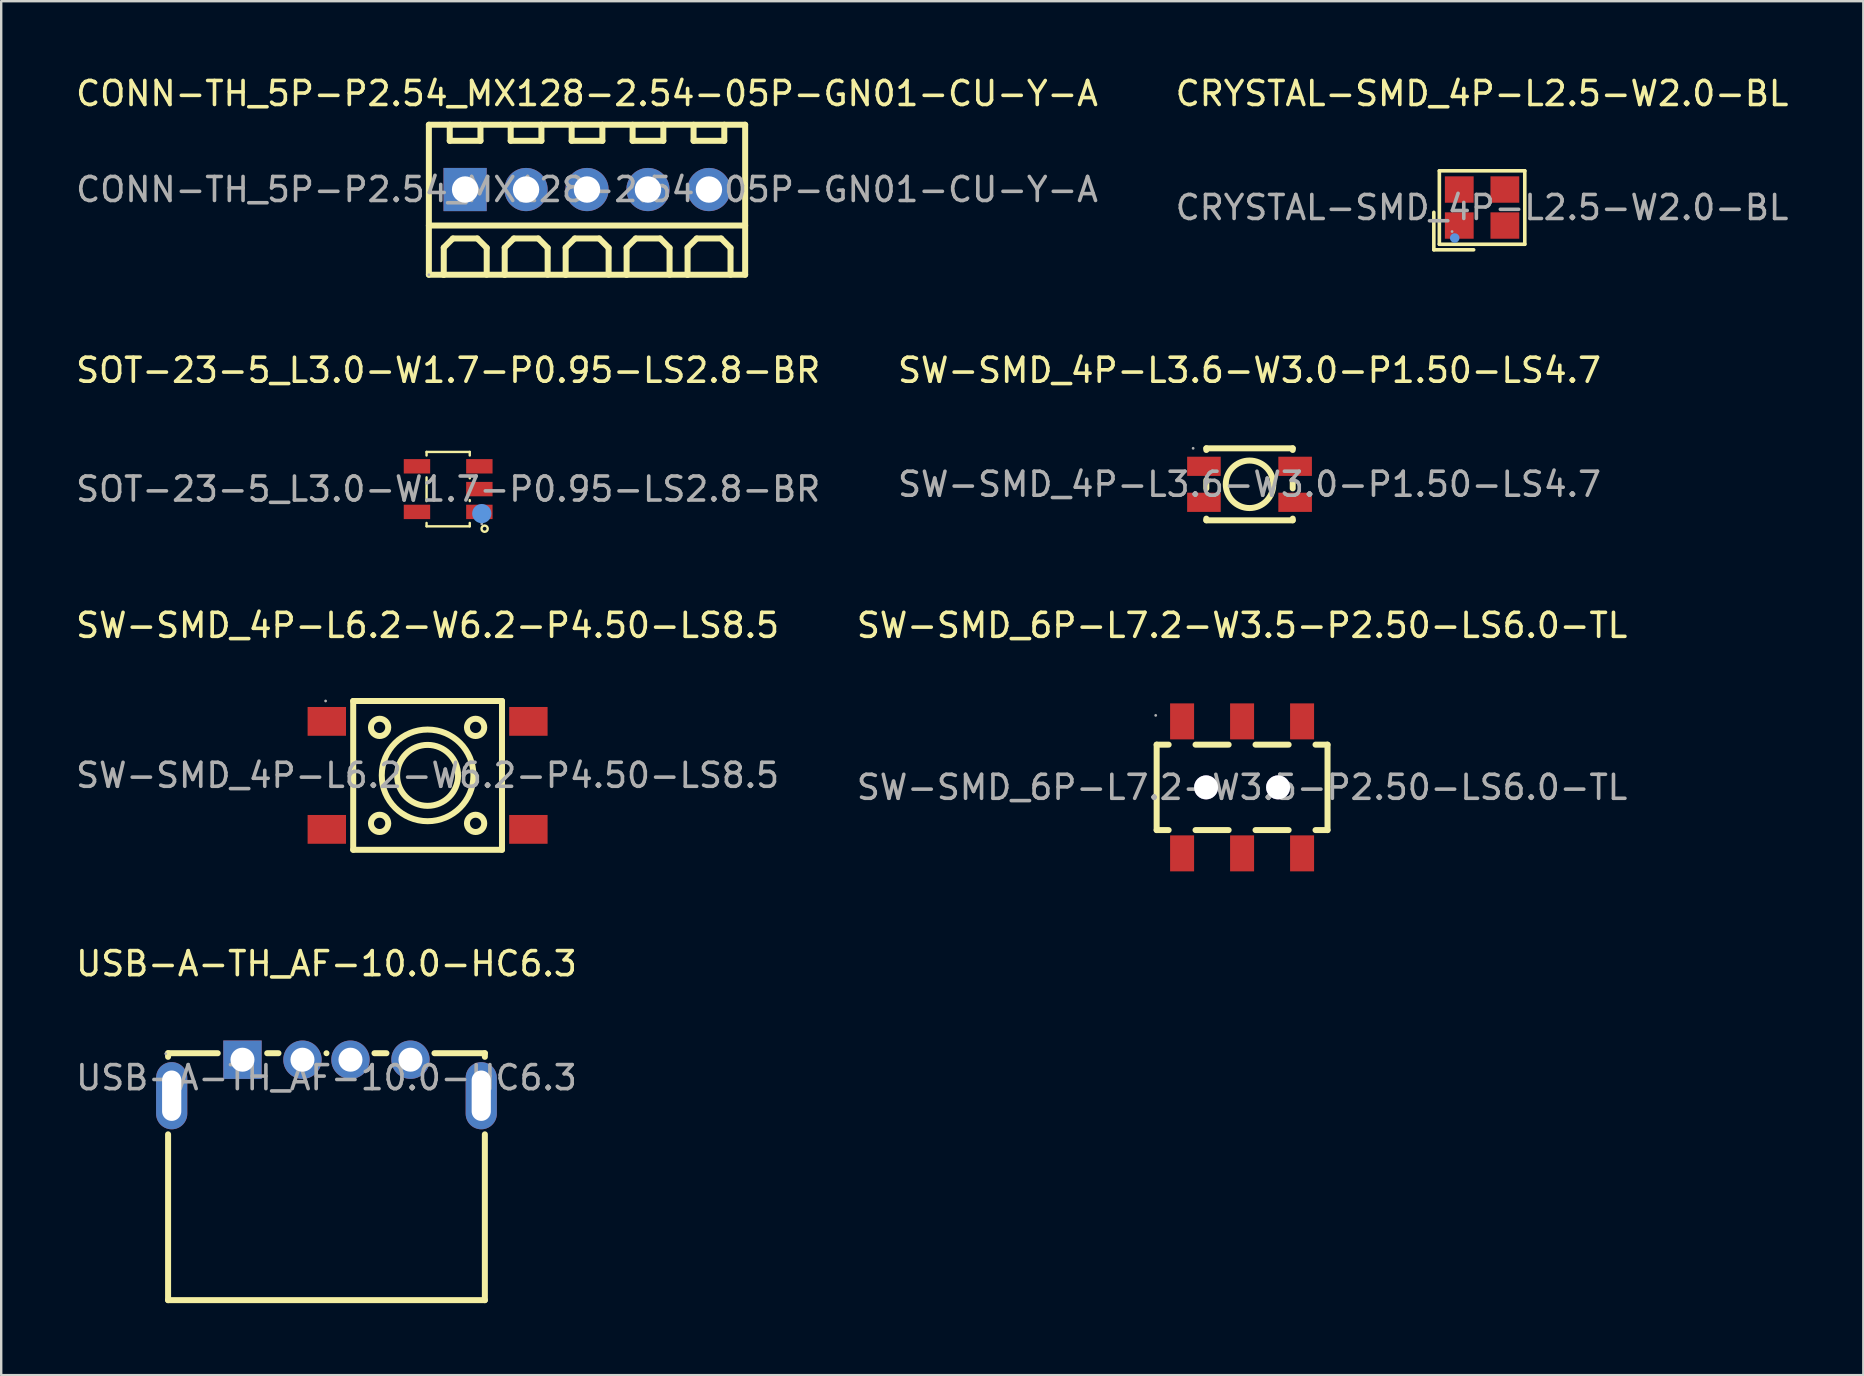
<source format=kicad_pcb>
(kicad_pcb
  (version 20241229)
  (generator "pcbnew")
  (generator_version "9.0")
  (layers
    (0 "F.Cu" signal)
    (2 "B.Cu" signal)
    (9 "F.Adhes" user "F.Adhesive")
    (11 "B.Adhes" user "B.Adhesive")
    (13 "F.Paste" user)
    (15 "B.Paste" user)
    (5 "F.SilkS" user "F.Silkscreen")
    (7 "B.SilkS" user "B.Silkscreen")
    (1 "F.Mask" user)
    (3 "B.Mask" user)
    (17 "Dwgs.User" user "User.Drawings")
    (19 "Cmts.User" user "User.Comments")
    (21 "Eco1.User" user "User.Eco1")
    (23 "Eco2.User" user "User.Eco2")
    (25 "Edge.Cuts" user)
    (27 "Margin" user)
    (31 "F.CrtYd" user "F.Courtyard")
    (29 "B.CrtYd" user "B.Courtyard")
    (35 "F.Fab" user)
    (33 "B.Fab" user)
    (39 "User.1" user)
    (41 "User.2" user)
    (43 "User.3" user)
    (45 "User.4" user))
  (footprint "USB-A-TH_AF-10.0-HC6.3"
    (layer "F.Cu")
    (at 10.554 41.858)
    (property "Reference" "USB-A-TH_AF-10.0-HC6.3" (at 0 -4.75 0) (layer "F.SilkS") (effects (font (size 1 1) (thickness 0.15))))
    (attr through_hole)
    (fp_line (start -6.6 -1.02) (end -4.53 -1.02) (stroke (width 0.25) (type solid)) (layer "F.SilkS"))
    (fp_line (start -6.6 -0.87) (end -6.6 -1.02) (stroke (width 0.25) (type solid)) (layer "F.SilkS"))
    (fp_line (start -6.6 9.27) (end -6.6 2.36) (stroke (width 0.25) (type solid)) (layer "F.SilkS"))
    (fp_line (start -2.47 -1.02) (end -2 -1.02) (stroke (width 0.25) (type solid)) (layer "F.SilkS"))
    (fp_line (start 0 -1.02) (end 0 -1.02) (stroke (width 0.25) (type solid)) (layer "F.SilkS"))
    (fp_line (start 2 -1.02) (end 2.5 -1.02) (stroke (width 0.25) (type solid)) (layer "F.SilkS"))
    (fp_line (start 4.5 -1.02) (end 6.6 -1.02) (stroke (width 0.25) (type solid)) (layer "F.SilkS"))
    (fp_line (start 6.6 -1.02) (end 6.6 -0.87) (stroke (width 0.25) (type solid)) (layer "F.SilkS"))
    (fp_line (start 6.6 2.36) (end 6.6 9.27) (stroke (width 0.25) (type solid)) (layer "F.SilkS"))
    (fp_line (start 6.6 9.27) (end -6.6 9.27) (stroke (width 0.25) (type solid)) (layer "F.SilkS"))
    (fp_circle (center -6.7 -1) (end -6.67 -1) (stroke (width 0.06) (type solid)) (fill no) (layer "F.Fab"))
    (fp_text user "${REFERENCE}" (at 0 0 0) (layer "F.Fab") (effects (font (size 1 1) (thickness 0.15))))
    (pad "1" thru_hole rect (at -3.5 -0.75 180) (size 1.6 1.6) (drill 1) (layers "*.Cu" "*.Mask"))
    (pad "2" thru_hole circle (at -1 -0.75 180) (size 1.6 1.6) (drill 1) (layers "*.Cu" "*.Mask"))
    (pad "3" thru_hole circle (at 1 -0.75 180) (size 1.6 1.6) (drill 1) (layers "*.Cu" "*.Mask"))
    (pad "4" thru_hole circle (at 3.5 -0.75 180) (size 1.6 1.6) (drill 1) (layers "*.Cu" "*.Mask"))
    (pad "5" thru_hole oval (at -6.45 0.75 180) (size 1.3 2.8) (drill oval 0.8 2.1) (layers "*.Cu" "*.Mask"))
    (pad "6" thru_hole oval (at 6.45 0.75 180) (size 1.3 2.8) (drill oval 0.8 2.1) (layers "*.Cu" "*.Mask")))
  (footprint "SW-SMD_4P-L3.6-W3.0-P1.50-LS4.7"
    (layer "F.Cu")
    (at 49.018 17.131)
    (property "Reference" "SW-SMD_4P-L3.6-W3.0-P1.50-LS4.7" (at 0 -4.75 0) (layer "F.SilkS") (effects (font (size 1 1) (thickness 0.15))))
    (attr smd)
    (fp_line (start -1.8 -1.5) (end -1.8 -1.43) (stroke (width 0.25) (type solid)) (layer "F.SilkS"))
    (fp_line (start -1.8 -1.5) (end 1.8 -1.5) (stroke (width 0.25) (type solid)) (layer "F.SilkS"))
    (fp_line (start -1.8 -0.17) (end -1.8 0.17) (stroke (width 0.25) (type solid)) (layer "F.SilkS"))
    (fp_line (start -1.8 1.43) (end -1.8 1.5) (stroke (width 0.25) (type solid)) (layer "F.SilkS"))
    (fp_line (start -1.8 1.5) (end 1.8 1.5) (stroke (width 0.25) (type solid)) (layer "F.SilkS"))
    (fp_line (start 1.8 -1.5) (end 1.8 -1.43) (stroke (width 0.25) (type solid)) (layer "F.SilkS"))
    (fp_line (start 1.8 -0.17) (end 1.8 0.17) (stroke (width 0.25) (type solid)) (layer "F.SilkS"))
    (fp_line (start 1.8 1.43) (end 1.8 1.5) (stroke (width 0.25) (type solid)) (layer "F.SilkS"))
    (fp_circle (center 0 0) (end 0.99 0) (stroke (width 0.25) (type solid)) (fill no) (layer "F.SilkS"))
    (fp_circle (center -2.35 -1.5) (end -2.32 -1.5) (stroke (width 0.06) (type solid)) (fill no) (layer "F.Fab"))
    (fp_text user "${REFERENCE}" (at 0 0 0) (layer "F.Fab") (effects (font (size 1 1) (thickness 0.15))))
    (pad "1" smd rect (at -1.9 -0.75 90) (size 0.8 1.4) (layers "F.Cu" "F.Mask" "F.Paste"))
    (pad "2" smd rect (at 1.9 -0.75 90) (size 0.8 1.4) (layers "F.Cu" "F.Mask" "F.Paste"))
    (pad "3" smd rect (at -1.9 0.75 270) (size 0.8 1.4) (layers "F.Cu" "F.Mask" "F.Paste"))
    (pad "4" smd rect (at 1.9 0.75 270) (size 0.8 1.4) (layers "F.Cu" "F.Mask" "F.Paste")))
  (footprint "CONN-TH_5P-P2.54_MX128-2.54-05P-GN01-CU-Y-A"
    (layer "F.Cu")
    (at 21.411 4.848)
    (property "Reference" "CONN-TH_5P-P2.54_MX128-2.54-05P-GN01-CU-Y-A" (at 0 -4 0) (layer "F.SilkS") (effects (font (size 1 1) (thickness 0.15))))
    (attr through_hole)
    (fp_line (start -6.59 -2.7) (end -6.59 3.55) (stroke (width 0.25) (type solid)) (layer "F.SilkS"))
    (fp_line (start -6.59 1.5) (end 6.59 1.5) (stroke (width 0.25) (type solid)) (layer "F.SilkS"))
    (fp_line (start -5.97 2.42) (end -5.59 2.04) (stroke (width 0.25) (type solid)) (layer "F.SilkS"))
    (fp_line (start -5.97 3.56) (end -5.97 2.42) (stroke (width 0.25) (type solid)) (layer "F.SilkS"))
    (fp_line (start -5.72 -2.7) (end -5.72 -2.03) (stroke (width 0.25) (type solid)) (layer "F.SilkS"))
    (fp_line (start -5.72 -2.03) (end -4.44 -2.03) (stroke (width 0.25) (type solid)) (layer "F.SilkS"))
    (fp_line (start -5.59 2.04) (end -4.57 2.04) (stroke (width 0.25) (type solid)) (layer "F.SilkS"))
    (fp_line (start -4.57 2.04) (end -4.18 2.43) (stroke (width 0.25) (type solid)) (layer "F.SilkS"))
    (fp_line (start -4.44 -2.03) (end -4.44 -2.7) (stroke (width 0.25) (type solid)) (layer "F.SilkS"))
    (fp_line (start -4.18 2.43) (end -4.18 3.55) (stroke (width 0.25) (type solid)) (layer "F.SilkS"))
    (fp_line (start -3.43 2.42) (end -3.05 2.04) (stroke (width 0.25) (type solid)) (layer "F.SilkS"))
    (fp_line (start -3.43 3.56) (end -3.43 2.42) (stroke (width 0.25) (type solid)) (layer "F.SilkS"))
    (fp_line (start -3.18 -2.7) (end -3.18 -2.03) (stroke (width 0.25) (type solid)) (layer "F.SilkS"))
    (fp_line (start -3.18 -2.03) (end -1.9 -2.03) (stroke (width 0.25) (type solid)) (layer "F.SilkS"))
    (fp_line (start -3.05 2.04) (end -2.03 2.04) (stroke (width 0.25) (type solid)) (layer "F.SilkS"))
    (fp_line (start -2.03 2.04) (end -1.64 2.43) (stroke (width 0.25) (type solid)) (layer "F.SilkS"))
    (fp_line (start -1.9 -2.03) (end -1.9 -2.7) (stroke (width 0.25) (type solid)) (layer "F.SilkS"))
    (fp_line (start -1.64 2.43) (end -1.64 3.55) (stroke (width 0.25) (type solid)) (layer "F.SilkS"))
    (fp_line (start -0.89 2.42) (end -0.51 2.04) (stroke (width 0.25) (type solid)) (layer "F.SilkS"))
    (fp_line (start -0.89 3.56) (end -0.89 2.42) (stroke (width 0.25) (type solid)) (layer "F.SilkS"))
    (fp_line (start -0.64 -2.7) (end -0.64 -2.03) (stroke (width 0.25) (type solid)) (layer "F.SilkS"))
    (fp_line (start -0.64 -2.03) (end 0.64 -2.03) (stroke (width 0.25) (type solid)) (layer "F.SilkS"))
    (fp_line (start -0.51 2.04) (end 0.51 2.04) (stroke (width 0.25) (type solid)) (layer "F.SilkS"))
    (fp_line (start 0.51 2.04) (end 0.9 2.43) (stroke (width 0.25) (type solid)) (layer "F.SilkS"))
    (fp_line (start 0.64 -2.03) (end 0.64 -2.7) (stroke (width 0.25) (type solid)) (layer "F.SilkS"))
    (fp_line (start 0.9 2.43) (end 0.9 3.55) (stroke (width 0.25) (type solid)) (layer "F.SilkS"))
    (fp_line (start 1.65 2.42) (end 2.03 2.04) (stroke (width 0.25) (type solid)) (layer "F.SilkS"))
    (fp_line (start 1.65 3.56) (end 1.65 2.42) (stroke (width 0.25) (type solid)) (layer "F.SilkS"))
    (fp_line (start 1.9 -2.7) (end 1.9 -2.03) (stroke (width 0.25) (type solid)) (layer "F.SilkS"))
    (fp_line (start 1.9 -2.03) (end 3.18 -2.03) (stroke (width 0.25) (type solid)) (layer "F.SilkS"))
    (fp_line (start 2.03 2.04) (end 3.05 2.04) (stroke (width 0.25) (type solid)) (layer "F.SilkS"))
    (fp_line (start 3.05 2.04) (end 3.44 2.43) (stroke (width 0.25) (type solid)) (layer "F.SilkS"))
    (fp_line (start 3.18 -2.03) (end 3.18 -2.7) (stroke (width 0.25) (type solid)) (layer "F.SilkS"))
    (fp_line (start 3.44 2.43) (end 3.44 3.55) (stroke (width 0.25) (type solid)) (layer "F.SilkS"))
    (fp_line (start 4.19 2.42) (end 4.57 2.04) (stroke (width 0.25) (type solid)) (layer "F.SilkS"))
    (fp_line (start 4.19 3.56) (end 4.19 2.42) (stroke (width 0.25) (type solid)) (layer "F.SilkS"))
    (fp_line (start 4.44 -2.7) (end 4.44 -2.03) (stroke (width 0.25) (type solid)) (layer "F.SilkS"))
    (fp_line (start 4.44 -2.03) (end 5.72 -2.03) (stroke (width 0.25) (type solid)) (layer "F.SilkS"))
    (fp_line (start 4.57 2.04) (end 5.59 2.04) (stroke (width 0.25) (type solid)) (layer "F.SilkS"))
    (fp_line (start 5.59 2.04) (end 5.98 2.43) (stroke (width 0.25) (type solid)) (layer "F.SilkS"))
    (fp_line (start 5.72 -2.03) (end 5.72 -2.7) (stroke (width 0.25) (type solid)) (layer "F.SilkS"))
    (fp_line (start 5.98 2.43) (end 5.98 3.55) (stroke (width 0.25) (type solid)) (layer "F.SilkS"))
    (fp_line (start 6.59 -2.7) (end -6.59 -2.7) (stroke (width 0.25) (type solid)) (layer "F.SilkS"))
    (fp_line (start 6.59 -2.7) (end 6.59 3.55) (stroke (width 0.25) (type solid)) (layer "F.SilkS"))
    (fp_line (start 6.59 3.55) (end -6.59 3.55) (stroke (width 0.25) (type solid)) (layer "F.SilkS"))
    (fp_circle (center -6.59 3.55) (end -6.56 3.55) (stroke (width 0.06) (type solid)) (fill no) (layer "F.Fab"))
    (fp_text user "${REFERENCE}" (at 0 0 0) (layer "F.Fab") (effects (font (size 1 1) (thickness 0.15))))
    (pad "1" thru_hole rect (at -5.08 0) (size 1.8 1.8) (drill 1.1) (layers "*.Cu" "*.Mask"))
    (pad "2" thru_hole circle (at -2.54 0) (size 1.8 1.8) (drill 1.1) (layers "*.Cu" "*.Mask"))
    (pad "3" thru_hole circle (at 0 0) (size 1.8 1.8) (drill 1.1) (layers "*.Cu" "*.Mask"))
    (pad "4" thru_hole circle (at 2.54 0) (size 1.8 1.8) (drill 1.1) (layers "*.Cu" "*.Mask"))
    (pad "5" thru_hole circle (at 5.08 0) (size 1.8 1.8) (drill 1.1) (layers "*.Cu" "*.Mask")))
  (footprint "SW-SMD_6P-L7.2-W3.5-P2.50-LS6.0-TL"
    (layer "F.Cu")
    (at 48.708 29.76)
    (property "Reference" "SW-SMD_6P-L7.2-W3.5-P2.50-LS6.0-TL" (at 0 -6.75 0) (layer "F.SilkS") (effects (font (size 1 1) (thickness 0.15))))
    (attr smd)
    (fp_line (start -3.56 -1.78) (end -3.56 1.78) (stroke (width 0.25) (type solid)) (layer "F.SilkS"))
    (fp_line (start -3.56 1.78) (end -3.06 1.78) (stroke (width 0.25) (type solid)) (layer "F.SilkS"))
    (fp_line (start -3.06 -1.78) (end -3.56 -1.78) (stroke (width 0.25) (type solid)) (layer "F.SilkS"))
    (fp_line (start -1.94 1.78) (end -0.56 1.78) (stroke (width 0.25) (type solid)) (layer "F.SilkS"))
    (fp_line (start -0.56 -1.78) (end -1.94 -1.78) (stroke (width 0.25) (type solid)) (layer "F.SilkS"))
    (fp_line (start 0.56 1.78) (end 1.94 1.78) (stroke (width 0.25) (type solid)) (layer "F.SilkS"))
    (fp_line (start 1.94 -1.78) (end 0.56 -1.78) (stroke (width 0.25) (type solid)) (layer "F.SilkS"))
    (fp_line (start 3.06 1.78) (end 3.56 1.78) (stroke (width 0.25) (type solid)) (layer "F.SilkS"))
    (fp_line (start 3.56 -1.78) (end 3.06 -1.78) (stroke (width 0.25) (type solid)) (layer "F.SilkS"))
    (fp_line (start 3.56 1.78) (end 3.56 -1.78) (stroke (width 0.25) (type solid)) (layer "F.SilkS"))
    (fp_circle (center -1.5 0) (end -1.3 0) (stroke (width 0.4) (type solid)) (fill no) (layer "Cmts.User"))
    (fp_circle (center 1.5 0) (end 1.7 0) (stroke (width 0.4) (type solid)) (fill no) (layer "Cmts.User"))
    (fp_circle (center -3.6 -3) (end -3.57 -3) (stroke (width 0.06) (type solid)) (fill no) (layer "F.Fab"))
    (fp_text user "${REFERENCE}" (at 0 0 0) (layer "F.Fab") (effects (font (size 1 1) (thickness 0.15))))
    (pad "" thru_hole circle (at -1.5 0) (size 1 1) (drill 1) (layers "*.Cu" "*.Mask"))
    (pad "" thru_hole circle (at 1.5 0) (size 1 1) (drill 1) (layers "*.Cu" "*.Mask"))
    (pad "1" smd rect (at -2.5 -2.75) (size 1 1.5) (layers "F.Cu" "F.Mask" "F.Paste"))
    (pad "2" smd rect (at 0 -2.75) (size 1 1.5) (layers "F.Cu" "F.Mask" "F.Paste"))
    (pad "3" smd rect (at 2.5 -2.75) (size 1 1.5) (layers "F.Cu" "F.Mask" "F.Paste"))
    (pad "4" smd rect (at -2.5 2.75) (size 1 1.5) (layers "F.Cu" "F.Mask" "F.Paste"))
    (pad "5" smd rect (at 0 2.75) (size 1 1.5) (layers "F.Cu" "F.Mask" "F.Paste"))
    (pad "6" smd rect (at 2.5 2.75) (size 1 1.5) (layers "F.Cu" "F.Mask" "F.Paste")))
  (footprint "SW-SMD_4P-L6.2-W6.2-P4.50-LS8.5"
    (layer "F.Cu")
    (at 14.768 29.26)
    (property "Reference" "SW-SMD_4P-L6.2-W6.2-P4.50-LS8.5" (at 0 -6.25 0) (layer "F.SilkS") (effects (font (size 1 1) (thickness 0.15))))
    (attr smd)
    (fp_line (start -3.1 -3.1) (end 3.1 -3.1) (stroke (width 0.25) (type solid)) (layer "F.SilkS"))
    (fp_line (start -3.1 3.1) (end -3.1 -3.1) (stroke (width 0.25) (type solid)) (layer "F.SilkS"))
    (fp_line (start 3.1 -3.1) (end 3.1 3.1) (stroke (width 0.25) (type solid)) (layer "F.SilkS"))
    (fp_line (start 3.1 3.1) (end -3.1 3.1) (stroke (width 0.25) (type solid)) (layer "F.SilkS"))
    (fp_circle (center -2 -2) (end -1.64 -2) (stroke (width 0.25) (type solid)) (fill no) (layer "F.SilkS"))
    (fp_circle (center -2 2) (end -1.64 2) (stroke (width 0.25) (type solid)) (fill no) (layer "F.SilkS"))
    (fp_circle (center 0 0) (end 1.27 0) (stroke (width 0.25) (type solid)) (fill no) (layer "F.SilkS"))
    (fp_circle (center 0 0) (end 1.91 0) (stroke (width 0.25) (type solid)) (fill no) (layer "F.SilkS"))
    (fp_circle (center 2 -2) (end 2.36 -2) (stroke (width 0.25) (type solid)) (fill no) (layer "F.SilkS"))
    (fp_circle (center 2 2) (end 2.36 2) (stroke (width 0.25) (type solid)) (fill no) (layer "F.SilkS"))
    (fp_circle (center -4.25 -3.1) (end -4.22 -3.1) (stroke (width 0.06) (type solid)) (fill no) (layer "F.Fab"))
    (fp_text user "${REFERENCE}" (at 0 0 0) (layer "F.Fab") (effects (font (size 1 1) (thickness 0.15))))
    (pad "1" smd rect (at -4.2 -2.25) (size 1.6 1.2) (layers "F.Cu" "F.Mask" "F.Paste"))
    (pad "2" smd rect (at 4.2 -2.25) (size 1.6 1.2) (layers "F.Cu" "F.Mask" "F.Paste"))
    (pad "3" smd rect (at -4.2 2.25) (size 1.6 1.2) (layers "F.Cu" "F.Mask" "F.Paste"))
    (pad "4" smd rect (at 4.2 2.25) (size 1.6 1.2) (layers "F.Cu" "F.Mask" "F.Paste")))
  (footprint "SOT-23-5_L3.0-W1.7-P0.95-LS2.8-BR"
    (layer "F.Cu")
    (at 15.625 17.331)
    (property "Reference" "SOT-23-5_L3.0-W1.7-P0.95-LS2.8-BR" (at 0 -4.95 0) (layer "F.SilkS") (effects (font (size 1 1) (thickness 0.15))))
    (attr smd)
    (fp_line (start -0.9 -1.55) (end -0.9 -1.4) (stroke (width 0.1) (type solid)) (layer "F.SilkS"))
    (fp_line (start -0.9 -1.55) (end 0.9 -1.55) (stroke (width 0.1) (type solid)) (layer "F.SilkS"))
    (fp_line (start -0.9 -0.49) (end -0.9 0.5) (stroke (width 0.1) (type solid)) (layer "F.SilkS"))
    (fp_line (start -0.9 1.41) (end -0.9 1.55) (stroke (width 0.1) (type solid)) (layer "F.SilkS"))
    (fp_line (start -0.9 1.55) (end 0.9 1.55) (stroke (width 0.1) (type solid)) (layer "F.SilkS"))
    (fp_line (start 0.9 -1.55) (end 0.9 -1.4) (stroke (width 0.1) (type solid)) (layer "F.SilkS"))
    (fp_line (start 0.9 -0.49) (end 0.9 -0.45) (stroke (width 0.1) (type solid)) (layer "F.SilkS"))
    (fp_line (start 0.9 0.46) (end 0.9 0.5) (stroke (width 0.1) (type solid)) (layer "F.SilkS"))
    (fp_line (start 0.9 1.41) (end 0.9 1.55) (stroke (width 0.1) (type solid)) (layer "F.SilkS"))
    (fp_circle (center 1.52 1.65) (end 1.65 1.65) (stroke (width 0.1) (type solid)) (fill no) (layer "F.SilkS"))
    (fp_circle (center 1.4 1.02) (end 1.6 1.02) (stroke (width 0.4) (type solid)) (fill no) (layer "Cmts.User"))
    (fp_circle (center 1.4 1.45) (end 1.43 1.45) (stroke (width 0.06) (type solid)) (fill no) (layer "F.Fab"))
    (fp_text user "${REFERENCE}" (at 0 0 0) (layer "F.Fab") (effects (font (size 1 1) (thickness 0.15))))
    (pad "1" smd rect (at 1.3 0.95) (size 1.1 0.6) (layers "F.Cu" "F.Mask" "F.Paste"))
    (pad "2" smd rect (at 1.3 0) (size 1.1 0.6) (layers "F.Cu" "F.Mask" "F.Paste"))
    (pad "3" smd rect (at 1.3 -0.95) (size 1.1 0.6) (layers "F.Cu" "F.Mask" "F.Paste"))
    (pad "4" smd rect (at -1.3 -0.95) (size 1.1 0.6) (layers "F.Cu" "F.Mask" "F.Paste"))
    (pad "5" smd rect (at -1.3 0.95) (size 1.1 0.6) (layers "F.Cu" "F.Mask" "F.Paste")))
  (footprint "CRYSTAL-SMD_4P-L2.5-W2.0-BL"
    (layer "F.Cu")
    (at 58.708 5.598)
    (property "Reference" "CRYSTAL-SMD_4P-L2.5-W2.0-BL" (at 0 -4.75 0) (layer "F.SilkS") (effects (font (size 1 1) (thickness 0.15))))
    (attr smd)
    (fp_line (start -2.01 0.2) (end -2.01 1.76) (stroke (width 0.15) (type solid)) (layer "F.SilkS"))
    (fp_line (start -2.01 1.76) (end -0.35 1.76) (stroke (width 0.15) (type solid)) (layer "F.SilkS"))
    (fp_line (start -1.78 -1.53) (end 1.78 -1.53) (stroke (width 0.15) (type solid)) (layer "F.SilkS"))
    (fp_line (start -1.78 1.53) (end -1.78 -1.53) (stroke (width 0.15) (type solid)) (layer "F.SilkS"))
    (fp_line (start 1.78 -1.53) (end 1.78 1.53) (stroke (width 0.15) (type solid)) (layer "F.SilkS"))
    (fp_line (start 1.78 1.53) (end -1.78 1.53) (stroke (width 0.15) (type solid)) (layer "F.SilkS"))
    (fp_circle (center -1.14 1.27) (end -1.04 1.27) (stroke (width 0.2) (type solid)) (fill no) (layer "Cmts.User"))
    (fp_circle (center -1.25 1) (end -1.22 1) (stroke (width 0.06) (type solid)) (fill no) (layer "F.Fab"))
    (fp_text user "${REFERENCE}" (at 0 0 0) (layer "F.Fab") (effects (font (size 1 1) (thickness 0.15))))
    (pad "1" smd rect (at -0.95 0.75) (size 1.2 1.1) (layers "F.Cu" "F.Mask" "F.Paste"))
    (pad "2" smd rect (at 0.95 0.75) (size 1.2 1.1) (layers "F.Cu" "F.Mask" "F.Paste"))
    (pad "3" smd rect (at 0.95 -0.75) (size 1.2 1.1) (layers "F.Cu" "F.Mask" "F.Paste"))
    (pad "4" smd rect (at -0.95 -0.75) (size 1.2 1.1) (layers "F.Cu" "F.Mask" "F.Paste")))
  (gr_rect
    (start -3 -3)
    (end 74.595 54.253)
    (stroke (width 0.1) (type default))
    (fill no)
    (layer "Edge.Cuts")))
</source>
